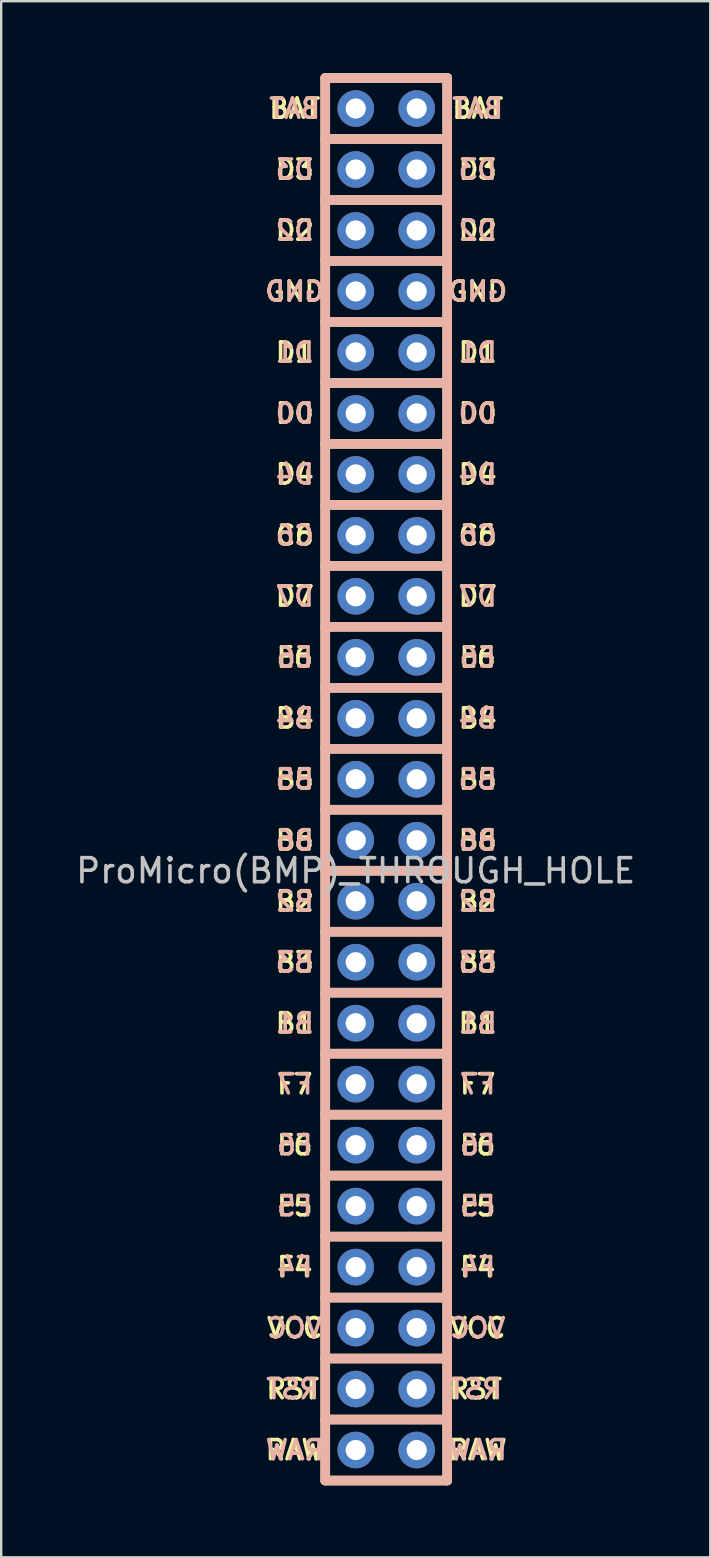
<source format=kicad_pcb>
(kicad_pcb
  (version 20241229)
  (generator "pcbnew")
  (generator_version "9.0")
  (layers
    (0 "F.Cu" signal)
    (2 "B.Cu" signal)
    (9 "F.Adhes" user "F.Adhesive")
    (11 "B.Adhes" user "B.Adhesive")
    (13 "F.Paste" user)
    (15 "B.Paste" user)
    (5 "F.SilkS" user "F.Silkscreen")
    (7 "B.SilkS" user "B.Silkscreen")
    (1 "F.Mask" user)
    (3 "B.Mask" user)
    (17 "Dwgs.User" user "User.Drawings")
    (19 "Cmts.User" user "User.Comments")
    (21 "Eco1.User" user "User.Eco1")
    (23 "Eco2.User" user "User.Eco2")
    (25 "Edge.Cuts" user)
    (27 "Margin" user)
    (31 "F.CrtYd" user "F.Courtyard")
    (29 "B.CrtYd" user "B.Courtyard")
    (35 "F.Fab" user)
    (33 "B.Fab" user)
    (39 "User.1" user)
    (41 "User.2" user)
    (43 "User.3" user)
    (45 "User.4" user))
  (footprint "ProMicro(BMP)_THROUGH_HOLE"
    (layer "F.Cu")
    (at 11.768 30.68)
    (property "Reference" "ProMicro(BMP)_THROUGH_HOLE" (at 0 2.54 180) (layer "Dwgs.User") (effects (font (size 1 1) (thickness 0.15))))
    (attr through_hole)
    (fp_line (start -1.27 -30.48) (end -1.27 27.94) (stroke (width 0.4) (type solid)) (layer "F.SilkS"))
    (fp_line (start -1.27 -30.48) (end 3.81 -30.48) (stroke (width 0.4) (type solid)) (layer "F.SilkS"))
    (fp_line (start -1.27 -27.94) (end 3.81 -27.94) (stroke (width 0.4) (type solid)) (layer "F.SilkS"))
    (fp_line (start -1.27 -25.4) (end 3.81 -25.4) (stroke (width 0.4) (type solid)) (layer "F.SilkS"))
    (fp_line (start -1.27 -22.86) (end 3.81 -22.86) (stroke (width 0.4) (type solid)) (layer "F.SilkS"))
    (fp_line (start -1.27 -20.32) (end 3.81 -20.32) (stroke (width 0.4) (type solid)) (layer "F.SilkS"))
    (fp_line (start -1.27 -17.78) (end 3.81 -17.78) (stroke (width 0.4) (type solid)) (layer "F.SilkS"))
    (fp_line (start -1.27 -15.24) (end 3.81 -15.24) (stroke (width 0.4) (type solid)) (layer "F.SilkS"))
    (fp_line (start -1.27 -12.7) (end 3.81 -12.7) (stroke (width 0.4) (type solid)) (layer "F.SilkS"))
    (fp_line (start -1.27 -10.16) (end 3.81 -10.16) (stroke (width 0.4) (type solid)) (layer "F.SilkS"))
    (fp_line (start -1.27 -7.62) (end 3.81 -7.62) (stroke (width 0.4) (type solid)) (layer "F.SilkS"))
    (fp_line (start -1.27 -5.08) (end 3.81 -5.08) (stroke (width 0.4) (type solid)) (layer "F.SilkS"))
    (fp_line (start -1.27 -2.54) (end 3.81 -2.54) (stroke (width 0.4) (type solid)) (layer "F.SilkS"))
    (fp_line (start -1.27 0) (end 3.81 0) (stroke (width 0.4) (type solid)) (layer "F.SilkS"))
    (fp_line (start -1.27 2.54) (end 3.81 2.54) (stroke (width 0.4) (type solid)) (layer "F.SilkS"))
    (fp_line (start -1.27 5.08) (end 3.81 5.08) (stroke (width 0.4) (type solid)) (layer "F.SilkS"))
    (fp_line (start -1.27 7.62) (end 3.81 7.62) (stroke (width 0.4) (type solid)) (layer "F.SilkS"))
    (fp_line (start -1.27 10.16) (end 3.81 10.16) (stroke (width 0.4) (type solid)) (layer "F.SilkS"))
    (fp_line (start -1.27 12.7) (end 3.81 12.7) (stroke (width 0.4) (type solid)) (layer "F.SilkS"))
    (fp_line (start -1.27 15.24) (end 3.81 15.24) (stroke (width 0.4) (type solid)) (layer "F.SilkS"))
    (fp_line (start -1.27 17.78) (end 3.81 17.78) (stroke (width 0.4) (type solid)) (layer "F.SilkS"))
    (fp_line (start -1.27 20.32) (end 3.81 20.32) (stroke (width 0.4) (type solid)) (layer "F.SilkS"))
    (fp_line (start -1.27 22.86) (end 3.81 22.86) (stroke (width 0.4) (type solid)) (layer "F.SilkS"))
    (fp_line (start -1.27 25.4) (end 3.81 25.4) (stroke (width 0.4) (type solid)) (layer "F.SilkS"))
    (fp_line (start -1.27 27.94) (end 3.81 27.94) (stroke (width 0.4) (type solid)) (layer "F.SilkS"))
    (fp_line (start 3.81 -30.48) (end 3.81 27.94) (stroke (width 0.4) (type solid)) (layer "F.SilkS"))
    (fp_line (start -1.27 -30.48) (end -1.27 27.94) (stroke (width 0.4) (type solid)) (layer "B.SilkS"))
    (fp_line (start -1.27 -30.48) (end 3.81 -30.48) (stroke (width 0.4) (type solid)) (layer "B.SilkS"))
    (fp_line (start -1.27 -27.94) (end 3.81 -27.94) (stroke (width 0.4) (type solid)) (layer "B.SilkS"))
    (fp_line (start -1.27 -25.4) (end 3.81 -25.4) (stroke (width 0.4) (type solid)) (layer "B.SilkS"))
    (fp_line (start -1.27 -22.86) (end 3.81 -22.86) (stroke (width 0.4) (type solid)) (layer "B.SilkS"))
    (fp_line (start -1.27 -20.32) (end 3.81 -20.32) (stroke (width 0.4) (type solid)) (layer "B.SilkS"))
    (fp_line (start -1.27 -17.78) (end 3.81 -17.78) (stroke (width 0.4) (type solid)) (layer "B.SilkS"))
    (fp_line (start -1.27 -15.24) (end 3.81 -15.24) (stroke (width 0.4) (type solid)) (layer "B.SilkS"))
    (fp_line (start -1.27 -12.7) (end 3.81 -12.7) (stroke (width 0.4) (type solid)) (layer "B.SilkS"))
    (fp_line (start -1.27 -10.16) (end 3.81 -10.16) (stroke (width 0.4) (type solid)) (layer "B.SilkS"))
    (fp_line (start -1.27 -7.62) (end 3.81 -7.62) (stroke (width 0.4) (type solid)) (layer "B.SilkS"))
    (fp_line (start -1.27 -5.08) (end 3.81 -5.08) (stroke (width 0.4) (type solid)) (layer "B.SilkS"))
    (fp_line (start -1.27 -2.54) (end 3.81 -2.54) (stroke (width 0.4) (type solid)) (layer "B.SilkS"))
    (fp_line (start -1.27 0) (end 3.81 0) (stroke (width 0.4) (type solid)) (layer "B.SilkS"))
    (fp_line (start -1.27 2.54) (end 3.81 2.54) (stroke (width 0.4) (type solid)) (layer "B.SilkS"))
    (fp_line (start -1.27 5.08) (end 3.81 5.08) (stroke (width 0.4) (type solid)) (layer "B.SilkS"))
    (fp_line (start -1.27 7.62) (end 3.81 7.62) (stroke (width 0.4) (type solid)) (layer "B.SilkS"))
    (fp_line (start -1.27 10.16) (end 3.81 10.16) (stroke (width 0.4) (type solid)) (layer "B.SilkS"))
    (fp_line (start -1.27 12.7) (end 3.81 12.7) (stroke (width 0.4) (type solid)) (layer "B.SilkS"))
    (fp_line (start -1.27 15.24) (end 3.81 15.24) (stroke (width 0.4) (type solid)) (layer "B.SilkS"))
    (fp_line (start -1.27 17.78) (end 3.81 17.78) (stroke (width 0.4) (type solid)) (layer "B.SilkS"))
    (fp_line (start -1.27 20.32) (end 3.81 20.32) (stroke (width 0.4) (type solid)) (layer "B.SilkS"))
    (fp_line (start -1.27 22.86) (end 3.81 22.86) (stroke (width 0.4) (type solid)) (layer "B.SilkS"))
    (fp_line (start -1.27 25.4) (end 3.81 25.4) (stroke (width 0.4) (type solid)) (layer "B.SilkS"))
    (fp_line (start -1.27 27.94) (end 3.81 27.94) (stroke (width 0.4) (type solid)) (layer "B.SilkS"))
    (fp_line (start 3.81 -30.48) (end 3.81 27.94) (stroke (width 0.4) (type solid)) (layer "B.SilkS"))
    (fp_text user "D1" (at -2.54 -19.05 180) (layer "F.SilkS") (effects (font (size 0.8 0.8) (thickness 0.15))))
    (fp_text user "D7" (at 5.08 -8.89 180) (layer "F.SilkS") (effects (font (size 0.8 0.8) (thickness 0.15))))
    (fp_text user "F6" (at 5.08 13.97 0) (layer "F.SilkS") (effects (font (size 0.8 0.8) (thickness 0.15))))
    (fp_text user "B2" (at 5.08 3.81 0) (layer "F.SilkS") (effects (font (size 0.8 0.8) (thickness 0.15))))
    (fp_text user "B6" (at -2.54 1.27 0) (layer "F.SilkS") (effects (font (size 0.8 0.8) (thickness 0.15))))
    (fp_text user "RAW" (at 5.08 26.67 0) (layer "F.SilkS") (effects (font (size 0.8 0.8) (thickness 0.15))))
    (fp_text user "VCC" (at -2.54 21.59 0) (layer "F.SilkS") (effects (font (size 0.8 0.8) (thickness 0.15))))
    (fp_text user "D4" (at 5.08 -13.97 180) (layer "F.SilkS") (effects (font (size 0.8 0.8) (thickness 0.15))))
    (fp_text user "RAW" (at -2.54 26.67 0) (layer "F.SilkS") (effects (font (size 0.8 0.8) (thickness 0.15))))
    (fp_text user "D3" (at 5.08 -26.67 180) (layer "F.SilkS") (effects (font (size 0.8 0.8) (thickness 0.15))))
    (fp_text user "RST" (at 3.81 24.13 0) (layer "F.SilkS") (effects (font (size 0.8 0.8) (thickness 0.15)) (justify left)))
    (fp_text user "F5" (at 5.08 16.51 0) (layer "F.SilkS") (effects (font (size 0.8 0.8) (thickness 0.15))))
    (fp_text user "BAT" (at 5.08 -29.21 0) (layer "F.SilkS") (effects (font (size 0.8 0.8) (thickness 0.15))))
    (fp_text user "F7" (at 5.08 11.43 0) (layer "F.SilkS") (effects (font (size 0.8 0.8) (thickness 0.15))))
    (fp_text user "C6" (at 5.08 -11.43 180) (layer "F.SilkS") (effects (font (size 0.8 0.8) (thickness 0.15))))
    (fp_text user "F5" (at -2.54 16.51 0) (layer "F.SilkS") (effects (font (size 0.8 0.8) (thickness 0.15))))
    (fp_text user "GND" (at -2.54 -21.59 180) (layer "F.SilkS") (effects (font (size 0.8 0.8) (thickness 0.15))))
    (fp_text user "VCC" (at 5.08 21.59 0) (layer "F.SilkS") (effects (font (size 0.8 0.8) (thickness 0.15))))
    (fp_text user "RST" (at -3.81 24.13 0) (layer "F.SilkS") (effects (font (size 0.8 0.8) (thickness 0.15)) (justify left)))
    (fp_text user "B2" (at -2.54 3.81 0) (layer "F.SilkS") (effects (font (size 0.8 0.8) (thickness 0.15))))
    (fp_text user "B5" (at -2.54 -1.27 180) (layer "F.SilkS") (effects (font (size 0.8 0.8) (thickness 0.15))))
    (fp_text user "F4" (at 5.08 19.05 0) (layer "F.SilkS") (effects (font (size 0.8 0.8) (thickness 0.15))))
    (fp_text user "F7" (at -2.54 11.43 0) (layer "F.SilkS") (effects (font (size 0.8 0.8) (thickness 0.15))))
    (fp_text user "D7" (at -2.54 -8.89 180) (layer "F.SilkS") (effects (font (size 0.8 0.8) (thickness 0.15))))
    (fp_text user "B4" (at -2.54 -3.81 180) (layer "F.SilkS") (effects (font (size 0.8 0.8) (thickness 0.15))))
    (fp_text user "D0" (at -2.54 -16.51 180) (layer "F.SilkS") (effects (font (size 0.8 0.8) (thickness 0.15))))
    (fp_text user "D2" (at -2.54 -24.13 180) (layer "F.SilkS") (effects (font (size 0.8 0.8) (thickness 0.15))))
    (fp_text user "BAT" (at -2.54 -29.21 0) (layer "F.SilkS") (effects (font (size 0.8 0.8) (thickness 0.15))))
    (fp_text user "B4" (at 5.08 -3.81 180) (layer "F.SilkS") (effects (font (size 0.8 0.8) (thickness 0.15))))
    (fp_text user "E6" (at -2.54 -6.35 180) (layer "F.SilkS") (effects (font (size 0.8 0.8) (thickness 0.15))))
    (fp_text user "D1" (at 5.08 -19.05 180) (layer "F.SilkS") (effects (font (size 0.8 0.8) (thickness 0.15))))
    (fp_text user "B6" (at 5.08 1.27 0) (layer "F.SilkS") (effects (font (size 0.8 0.8) (thickness 0.15))))
    (fp_text user "D2" (at 5.08 -24.13 180) (layer "F.SilkS") (effects (font (size 0.8 0.8) (thickness 0.15))))
    (fp_text user "F6" (at -2.54 13.97 0) (layer "F.SilkS") (effects (font (size 0.8 0.8) (thickness 0.15))))
    (fp_text user "D4" (at -2.54 -13.97 180) (layer "F.SilkS") (effects (font (size 0.8 0.8) (thickness 0.15))))
    (fp_text user "F4" (at -2.54 19.05 0) (layer "F.SilkS") (effects (font (size 0.8 0.8) (thickness 0.15))))
    (fp_text user "B3" (at -2.54 6.35 0) (layer "F.SilkS") (effects (font (size 0.8 0.8) (thickness 0.15))))
    (fp_text user "C6" (at -2.54 -11.43 180) (layer "F.SilkS") (effects (font (size 0.8 0.8) (thickness 0.15))))
    (fp_text user "B1" (at 5.08 8.89 0) (layer "F.SilkS") (effects (font (size 0.8 0.8) (thickness 0.15))))
    (fp_text user "D0" (at 5.08 -16.51 180) (layer "F.SilkS") (effects (font (size 0.8 0.8) (thickness 0.15))))
    (fp_text user "GND" (at 5.08 -21.59 180) (layer "F.SilkS") (effects (font (size 0.8 0.8) (thickness 0.15))))
    (fp_text user "E6" (at 5.08 -6.35 180) (layer "F.SilkS") (effects (font (size 0.8 0.8) (thickness 0.15))))
    (fp_text user "B5" (at 5.08 -1.27 180) (layer "F.SilkS") (effects (font (size 0.8 0.8) (thickness 0.15))))
    (fp_text user "B1" (at -2.54 8.89 0) (layer "F.SilkS") (effects (font (size 0.8 0.8) (thickness 0.15))))
    (fp_text user "B3" (at 5.08 6.35 0) (layer "F.SilkS") (effects (font (size 0.8 0.8) (thickness 0.15))))
    (fp_text user "D3" (at -2.54 -26.67 180) (layer "F.SilkS") (effects (font (size 0.8 0.8) (thickness 0.15))))
    (fp_text user "B3" (at 5.08 6.35 180) (layer "B.SilkS") (effects (font (size 0.8 0.8) (thickness 0.15)) (justify mirror)))
    (fp_text user "B2" (at -2.54 3.81 180) (layer "B.SilkS") (effects (font (size 0.8 0.8) (thickness 0.15)) (justify mirror)))
    (fp_text user "B2" (at 5.08 3.81 180) (layer "B.SilkS") (effects (font (size 0.8 0.8) (thickness 0.15)) (justify mirror)))
    (fp_text user "B1" (at 5.08 8.89 180) (layer "B.SilkS") (effects (font (size 0.8 0.8) (thickness 0.15)) (justify mirror)))
    (fp_text user "D1" (at 5.08 -19.05 0) (layer "B.SilkS") (effects (font (size 0.8 0.8) (thickness 0.15)) (justify mirror)))
    (fp_text user "C6" (at 5.08 -11.43 0) (layer "B.SilkS") (effects (font (size 0.8 0.8) (thickness 0.15)) (justify mirror)))
    (fp_text user "D2" (at -2.54 -24.13 0) (layer "B.SilkS") (effects (font (size 0.8 0.8) (thickness 0.15)) (justify mirror)))
    (fp_text user "B4" (at -2.54 -3.81 0) (layer "B.SilkS") (effects (font (size 0.8 0.8) (thickness 0.15)) (justify mirror)))
    (fp_text user "B5" (at 5.08 -1.27 0) (layer "B.SilkS") (effects (font (size 0.8 0.8) (thickness 0.15)) (justify mirror)))
    (fp_text user "D7" (at 5.08 -8.89 0) (layer "B.SilkS") (effects (font (size 0.8 0.8) (thickness 0.15)) (justify mirror)))
    (fp_text user "D2" (at 5.08 -24.13 0) (layer "B.SilkS") (effects (font (size 0.8 0.8) (thickness 0.15)) (justify mirror)))
    (fp_text user "F5" (at 5.08 16.51 180) (layer "B.SilkS") (effects (font (size 0.8 0.8) (thickness 0.15)) (justify mirror)))
    (fp_text user "F6" (at -2.54 13.97 180) (layer "B.SilkS") (effects (font (size 0.8 0.8) (thickness 0.15)) (justify mirror)))
    (fp_text user "D3" (at -2.54 -26.67 0) (layer "B.SilkS") (effects (font (size 0.8 0.8) (thickness 0.15)) (justify mirror)))
    (fp_text user "F5" (at -2.54 16.51 180) (layer "B.SilkS") (effects (font (size 0.8 0.8) (thickness 0.15)) (justify mirror)))
    (fp_text user "GND" (at -2.54 -21.59 0) (layer "B.SilkS") (effects (font (size 0.8 0.8) (thickness 0.15)) (justify mirror)))
    (fp_text user "D4" (at -2.54 -13.97 0) (layer "B.SilkS") (effects (font (size 0.8 0.8) (thickness 0.15)) (justify mirror)))
    (fp_text user "B5" (at -2.54 -1.27 0) (layer "B.SilkS") (effects (font (size 0.8 0.8) (thickness 0.15)) (justify mirror)))
    (fp_text user "D3" (at 5.08 -26.67 0) (layer "B.SilkS") (effects (font (size 0.8 0.8) (thickness 0.15)) (justify mirror)))
    (fp_text user "D1" (at -2.54 -19.05 0) (layer "B.SilkS") (effects (font (size 0.8 0.8) (thickness 0.15)) (justify mirror)))
    (fp_text user "GND" (at 5.08 -21.59 0) (layer "B.SilkS") (effects (font (size 0.8 0.8) (thickness 0.15)) (justify mirror)))
    (fp_text user "B6" (at 5.08 1.27 180) (layer "B.SilkS") (effects (font (size 0.8 0.8) (thickness 0.15)) (justify mirror)))
    (fp_text user "E6" (at -2.54 -6.35 0) (layer "B.SilkS") (effects (font (size 0.8 0.8) (thickness 0.15)) (justify mirror)))
    (fp_text user "F6" (at 5.08 13.97 180) (layer "B.SilkS") (effects (font (size 0.8 0.8) (thickness 0.15)) (justify mirror)))
    (fp_text user "F4" (at 5.08 19.05 180) (layer "B.SilkS") (effects (font (size 0.8 0.8) (thickness 0.15)) (justify mirror)))
    (fp_text user "VCC" (at 5.08 21.59 180) (layer "B.SilkS") (effects (font (size 0.8 0.8) (thickness 0.15)) (justify mirror)))
    (fp_text user "VCC" (at -2.54 21.59 180) (layer "B.SilkS") (effects (font (size 0.8 0.8) (thickness 0.15)) (justify mirror)))
    (fp_text user "B1" (at -2.54 8.89 180) (layer "B.SilkS") (effects (font (size 0.8 0.8) (thickness 0.15)) (justify mirror)))
    (fp_text user "C6" (at -2.54 -11.43 0) (layer "B.SilkS") (effects (font (size 0.8 0.8) (thickness 0.15)) (justify mirror)))
    (fp_text user "F7" (at 5.08 11.43 180) (layer "B.SilkS") (effects (font (size 0.8 0.8) (thickness 0.15)) (justify mirror)))
    (fp_text user "RST" (at -3.81 24.13 180) (layer "B.SilkS") (effects (font (size 0.8 0.8) (thickness 0.15)) (justify right mirror)))
    (fp_text user "BAT" (at -2.54 -29.21 180) (layer "B.SilkS") (effects (font (size 0.8 0.8) (thickness 0.15)) (justify mirror)))
    (fp_text user "E6" (at 5.08 -6.35 0) (layer "B.SilkS") (effects (font (size 0.8 0.8) (thickness 0.15)) (justify mirror)))
    (fp_text user "B4" (at 5.08 -3.81 0) (layer "B.SilkS") (effects (font (size 0.8 0.8) (thickness 0.15)) (justify mirror)))
    (fp_text user "RST" (at 3.81 24.13 180) (layer "B.SilkS") (effects (font (size 0.8 0.8) (thickness 0.15)) (justify right mirror)))
    (fp_text user "RAW" (at 5.08 26.67 180) (layer "B.SilkS") (effects (font (size 0.8 0.8) (thickness 0.15)) (justify mirror)))
    (fp_text user "B6" (at -2.54 1.27 180) (layer "B.SilkS") (effects (font (size 0.8 0.8) (thickness 0.15)) (justify mirror)))
    (fp_text user "D4" (at 5.08 -13.97 0) (layer "B.SilkS") (effects (font (size 0.8 0.8) (thickness 0.15)) (justify mirror)))
    (fp_text user "D0" (at 5.08 -16.51 0) (layer "B.SilkS") (effects (font (size 0.8 0.8) (thickness 0.15)) (justify mirror)))
    (fp_text user "F4" (at -2.54 19.05 180) (layer "B.SilkS") (effects (font (size 0.8 0.8) (thickness 0.15)) (justify mirror)))
    (fp_text user "B3" (at -2.54 6.35 180) (layer "B.SilkS") (effects (font (size 0.8 0.8) (thickness 0.15)) (justify mirror)))
    (fp_text user "RAW" (at -2.54 26.67 180) (layer "B.SilkS") (effects (font (size 0.8 0.8) (thickness 0.15)) (justify mirror)))
    (fp_text user "BAT" (at 5.08 -29.21 180) (layer "B.SilkS") (effects (font (size 0.8 0.8) (thickness 0.15)) (justify mirror)))
    (fp_text user "D7" (at -2.54 -8.89 0) (layer "B.SilkS") (effects (font (size 0.8 0.8) (thickness 0.15)) (justify mirror)))
    (fp_text user "F7" (at -2.54 11.43 180) (layer "B.SilkS") (effects (font (size 0.8 0.8) (thickness 0.15)) (justify mirror)))
    (fp_text user "D0" (at -2.54 -16.51 0) (layer "B.SilkS") (effects (font (size 0.8 0.8) (thickness 0.15)) (justify mirror)))
    (pad "1" thru_hole circle (at 0 -26.67 270) (size 1.524 1.524) (drill 0.84) (layers "*.Cu" "*.Mask"))
    (pad "1" thru_hole circle (at 2.54 -26.67 270) (size 1.524 1.524) (drill 0.84) (layers "*.Cu" "*.Mask"))
    (pad "2" thru_hole circle (at 0 -24.13 270) (size 1.524 1.524) (drill 0.84) (layers "*.Cu" "*.Mask"))
    (pad "2" thru_hole circle (at 2.54 -24.13 270) (size 1.524 1.524) (drill 0.84) (layers "*.Cu" "*.Mask"))
    (pad "3" thru_hole circle (at 0 -21.59 270) (size 1.524 1.524) (drill 0.84) (layers "*.Cu" "*.Mask"))
    (pad "3" thru_hole circle (at 2.54 -21.59 270) (size 1.524 1.524) (drill 0.84) (layers "*.Cu" "*.Mask"))
    (pad "5" thru_hole circle (at 0 -19.05 270) (size 1.524 1.524) (drill 0.84) (layers "*.Cu" "*.Mask"))
    (pad "5" thru_hole circle (at 2.54 -19.05 270) (size 1.524 1.524) (drill 0.84) (layers "*.Cu" "*.Mask"))
    (pad "6" thru_hole circle (at 0 -16.51 270) (size 1.524 1.524) (drill 0.84) (layers "*.Cu" "*.Mask"))
    (pad "6" thru_hole circle (at 2.54 -16.51 270) (size 1.524 1.524) (drill 0.84) (layers "*.Cu" "*.Mask"))
    (pad "7" thru_hole circle (at 0 -13.97 270) (size 1.524 1.524) (drill 0.84) (layers "*.Cu" "*.Mask"))
    (pad "7" thru_hole circle (at 2.54 -13.97 270) (size 1.524 1.524) (drill 0.84) (layers "*.Cu" "*.Mask"))
    (pad "8" thru_hole circle (at 0 -11.43 270) (size 1.524 1.524) (drill 0.84) (layers "*.Cu" "*.Mask"))
    (pad "8" thru_hole circle (at 2.54 -11.43 270) (size 1.524 1.524) (drill 0.84) (layers "*.Cu" "*.Mask"))
    (pad "9" thru_hole circle (at 0 -8.89 270) (size 1.524 1.524) (drill 0.84) (layers "*.Cu" "*.Mask"))
    (pad "9" thru_hole circle (at 2.54 -8.89 270) (size 1.524 1.524) (drill 0.84) (layers "*.Cu" "*.Mask"))
    (pad "10" thru_hole circle (at 0 -6.35 270) (size 1.524 1.524) (drill 0.84) (layers "*.Cu" "*.Mask"))
    (pad "10" thru_hole circle (at 2.54 -6.35 270) (size 1.524 1.524) (drill 0.84) (layers "*.Cu" "*.Mask"))
    (pad "11" thru_hole circle (at 0 -3.81 270) (size 1.524 1.524) (drill 0.84) (layers "*.Cu" "*.Mask"))
    (pad "11" thru_hole circle (at 2.54 -3.81 270) (size 1.524 1.524) (drill 0.84) (layers "*.Cu" "*.Mask"))
    (pad "12" thru_hole circle (at 0 -1.27 270) (size 1.524 1.524) (drill 0.84) (layers "*.Cu" "*.Mask"))
    (pad "12" thru_hole circle (at 2.54 -1.27 270) (size 1.524 1.524) (drill 0.84) (layers "*.Cu" "*.Mask"))
    (pad "13" thru_hole circle (at 0 1.27 90) (size 1.524 1.524) (drill 0.84) (layers "*.Cu" "*.Mask"))
    (pad "13" thru_hole circle (at 2.54 1.27 90) (size 1.524 1.524) (drill 0.84) (layers "*.Cu" "*.Mask"))
    (pad "14" thru_hole circle (at 0 3.81 90) (size 1.524 1.524) (drill 0.84) (layers "*.Cu" "*.Mask"))
    (pad "14" thru_hole circle (at 2.54 3.81 90) (size 1.524 1.524) (drill 0.84) (layers "*.Cu" "*.Mask"))
    (pad "15" thru_hole circle (at 0 6.35 90) (size 1.524 1.524) (drill 0.84) (layers "*.Cu" "*.Mask"))
    (pad "15" thru_hole circle (at 2.54 6.35 90) (size 1.524 1.524) (drill 0.84) (layers "*.Cu" "*.Mask"))
    (pad "16" thru_hole circle (at 0 8.89 90) (size 1.524 1.524) (drill 0.84) (layers "*.Cu" "*.Mask"))
    (pad "16" thru_hole circle (at 2.54 8.89 90) (size 1.524 1.524) (drill 0.84) (layers "*.Cu" "*.Mask"))
    (pad "17" thru_hole circle (at 0 11.43 90) (size 1.524 1.524) (drill 0.84) (layers "*.Cu" "*.Mask"))
    (pad "17" thru_hole circle (at 2.54 11.43 90) (size 1.524 1.524) (drill 0.84) (layers "*.Cu" "*.Mask"))
    (pad "18" thru_hole circle (at 0 13.97 90) (size 1.524 1.524) (drill 0.84) (layers "*.Cu" "*.Mask"))
    (pad "18" thru_hole circle (at 2.54 13.97 90) (size 1.524 1.524) (drill 0.84) (layers "*.Cu" "*.Mask"))
    (pad "19" thru_hole circle (at 0 16.51 90) (size 1.524 1.524) (drill 0.84) (layers "*.Cu" "*.Mask"))
    (pad "19" thru_hole circle (at 2.54 16.51 90) (size 1.524 1.524) (drill 0.84) (layers "*.Cu" "*.Mask"))
    (pad "20" thru_hole circle (at 0 19.05 90) (size 1.524 1.524) (drill 0.84) (layers "*.Cu" "*.Mask"))
    (pad "20" thru_hole circle (at 2.54 19.05 90) (size 1.524 1.524) (drill 0.84) (layers "*.Cu" "*.Mask"))
    (pad "21" thru_hole circle (at 0 21.59 90) (size 1.524 1.524) (drill 0.84) (layers "*.Cu" "*.Mask"))
    (pad "21" thru_hole circle (at 2.54 21.59 90) (size 1.524 1.524) (drill 0.84) (layers "*.Cu" "*.Mask"))
    (pad "22" thru_hole circle (at 0 24.13 90) (size 1.524 1.524) (drill 0.84) (layers "*.Cu" "*.Mask"))
    (pad "22" thru_hole circle (at 2.54 24.13 90) (size 1.524 1.524) (drill 0.84) (layers "*.Cu" "*.Mask"))
    (pad "24" thru_hole circle (at 0 26.67 90) (size 1.524 1.524) (drill 0.84) (layers "*.Cu" "*.Mask"))
    (pad "24" thru_hole circle (at 2.54 26.67 90) (size 1.524 1.524) (drill 0.84) (layers "*.Cu" "*.Mask"))
    (pad "25" thru_hole circle (at 0 -29.21 90) (size 1.524 1.524) (drill 0.84) (layers "*.Cu" "*.Mask"))
    (pad "25" thru_hole circle (at 2.54 -29.21 90) (size 1.524 1.524) (drill 0.84) (layers "*.Cu" "*.Mask")))
  (gr_rect
    (start -3 -3)
    (end 26.536 61.82)
    (stroke (width 0.1) (type default))
    (fill no)
    (layer "Edge.Cuts")))
</source>
